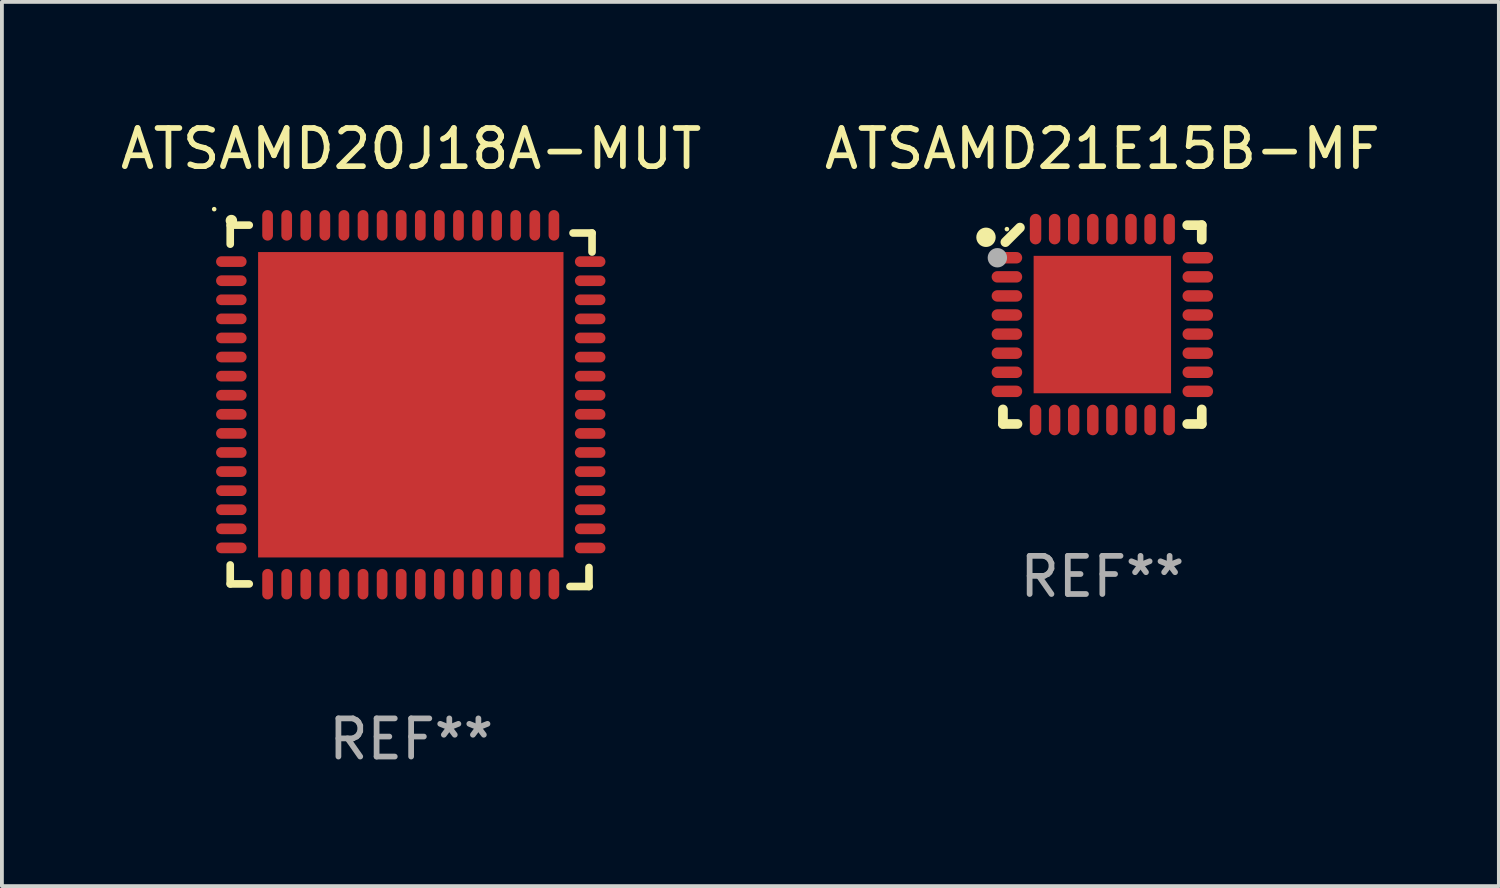
<source format=kicad_pcb>
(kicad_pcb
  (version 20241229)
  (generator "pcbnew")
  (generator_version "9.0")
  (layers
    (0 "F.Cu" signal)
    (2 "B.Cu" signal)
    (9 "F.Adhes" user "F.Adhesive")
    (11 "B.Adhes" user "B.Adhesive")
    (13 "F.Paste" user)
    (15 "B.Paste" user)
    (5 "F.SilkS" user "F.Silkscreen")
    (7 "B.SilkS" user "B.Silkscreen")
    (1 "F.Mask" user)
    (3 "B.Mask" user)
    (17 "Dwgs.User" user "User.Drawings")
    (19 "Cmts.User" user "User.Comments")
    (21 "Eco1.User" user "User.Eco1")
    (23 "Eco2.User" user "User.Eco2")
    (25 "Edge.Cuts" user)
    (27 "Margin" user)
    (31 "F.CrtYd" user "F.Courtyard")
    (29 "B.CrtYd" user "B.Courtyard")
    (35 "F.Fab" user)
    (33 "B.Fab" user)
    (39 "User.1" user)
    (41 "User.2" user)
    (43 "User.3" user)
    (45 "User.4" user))
  (footprint "ATSAMD21E15B-MF"
    (layer "F.Cu")
    (at 25.827 5.452)
    (property "Reference" "ATSAMD21E15B-MF" (at 0 -4.604 0) (layer "F.SilkS") (effects (font (size 1 1) (thickness 0.15))))
    (attr through_hole)
    (fp_line (start -2.604 2.223) (end -2.604 2.604) (stroke (width 0.254) (type solid)) (layer "F.SilkS"))
    (fp_line (start -2.604 2.604) (end -2.223 2.604) (stroke (width 0.254) (type solid)) (layer "F.SilkS"))
    (fp_line (start -2.159 -2.54) (end -2.54 -2.159) (stroke (width 0.254) (type solid)) (layer "F.SilkS"))
    (fp_line (start 2.223 2.604) (end 2.604 2.604) (stroke (width 0.254) (type solid)) (layer "F.SilkS"))
    (fp_line (start 2.604 -2.604) (end 2.223 -2.604) (stroke (width 0.254) (type solid)) (layer "F.SilkS"))
    (fp_line (start 2.604 -2.223) (end 2.604 -2.604) (stroke (width 0.254) (type solid)) (layer "F.SilkS"))
    (fp_line (start 2.604 2.604) (end 2.604 2.223) (stroke (width 0.254) (type solid)) (layer "F.SilkS"))
    (fp_circle (center -3.048 -2.286) (end -2.921 -2.286) (stroke (width 0.254) (type solid)) (fill no) (layer "F.SilkS"))
    (fp_circle (center -2.5 -2.5) (end -2.47 -2.5) (stroke (width 0.06) (type solid)) (fill no) (layer "F.SilkS"))
    (fp_circle (center -2.75 -1.75) (end -2.623 -1.75) (stroke (width 0.254) (type solid)) (fill no) (layer "F.Fab"))
    (fp_text user "REF**" (at 0 6.604 0) (layer "F.Fab") (effects (font (size 1 1) (thickness 0.15))))
    (pad "1" smd oval (at -2.5 -1.75) (size 0.8 0.3) (layers "F.Cu" "F.Mask" "F.Paste"))
    (pad "2" smd oval (at -2.5 -1.25) (size 0.8 0.3) (layers "F.Cu" "F.Mask" "F.Paste"))
    (pad "3" smd oval (at -2.5 -0.75) (size 0.8 0.3) (layers "F.Cu" "F.Mask" "F.Paste"))
    (pad "4" smd oval (at -2.5 -0.25) (size 0.8 0.3) (layers "F.Cu" "F.Mask" "F.Paste"))
    (pad "5" smd oval (at -2.5 0.25) (size 0.8 0.3) (layers "F.Cu" "F.Mask" "F.Paste"))
    (pad "6" smd oval (at -2.5 0.75) (size 0.8 0.3) (layers "F.Cu" "F.Mask" "F.Paste"))
    (pad "7" smd oval (at -2.5 1.25) (size 0.8 0.3) (layers "F.Cu" "F.Mask" "F.Paste"))
    (pad "8" smd oval (at -2.5 1.75) (size 0.8 0.3) (layers "F.Cu" "F.Mask" "F.Paste"))
    (pad "9" smd oval (at -1.75 2.5) (size 0.3 0.8) (layers "F.Cu" "F.Mask" "F.Paste"))
    (pad "10" smd oval (at -1.25 2.5) (size 0.3 0.8) (layers "F.Cu" "F.Mask" "F.Paste"))
    (pad "11" smd oval (at -0.75 2.5) (size 0.3 0.8) (layers "F.Cu" "F.Mask" "F.Paste"))
    (pad "12" smd oval (at -0.25 2.5) (size 0.3 0.8) (layers "F.Cu" "F.Mask" "F.Paste"))
    (pad "13" smd oval (at 0.25 2.5) (size 0.3 0.8) (layers "F.Cu" "F.Mask" "F.Paste"))
    (pad "14" smd oval (at 0.75 2.5) (size 0.3 0.8) (layers "F.Cu" "F.Mask" "F.Paste"))
    (pad "15" smd oval (at 1.25 2.5) (size 0.3 0.8) (layers "F.Cu" "F.Mask" "F.Paste"))
    (pad "16" smd oval (at 1.75 2.5) (size 0.3 0.8) (layers "F.Cu" "F.Mask" "F.Paste"))
    (pad "17" smd oval (at 2.5 1.75) (size 0.8 0.3) (layers "F.Cu" "F.Mask" "F.Paste"))
    (pad "18" smd oval (at 2.5 1.25) (size 0.8 0.3) (layers "F.Cu" "F.Mask" "F.Paste"))
    (pad "19" smd oval (at 2.5 0.75) (size 0.8 0.3) (layers "F.Cu" "F.Mask" "F.Paste"))
    (pad "20" smd oval (at 2.5 0.25) (size 0.8 0.3) (layers "F.Cu" "F.Mask" "F.Paste"))
    (pad "21" smd oval (at 2.5 -0.25) (size 0.8 0.3) (layers "F.Cu" "F.Mask" "F.Paste"))
    (pad "22" smd oval (at 2.5 -0.75) (size 0.8 0.3) (layers "F.Cu" "F.Mask" "F.Paste"))
    (pad "23" smd oval (at 2.5 -1.25) (size 0.8 0.3) (layers "F.Cu" "F.Mask" "F.Paste"))
    (pad "24" smd oval (at 2.5 -1.75) (size 0.8 0.3) (layers "F.Cu" "F.Mask" "F.Paste"))
    (pad "25" smd oval (at 1.75 -2.5) (size 0.3 0.8) (layers "F.Cu" "F.Mask" "F.Paste"))
    (pad "26" smd oval (at 1.25 -2.5) (size 0.3 0.8) (layers "F.Cu" "F.Mask" "F.Paste"))
    (pad "27" smd oval (at 0.75 -2.5) (size 0.3 0.8) (layers "F.Cu" "F.Mask" "F.Paste"))
    (pad "28" smd oval (at 0.25 -2.5) (size 0.3 0.8) (layers "F.Cu" "F.Mask" "F.Paste"))
    (pad "29" smd oval (at -0.25 -2.5) (size 0.3 0.8) (layers "F.Cu" "F.Mask" "F.Paste"))
    (pad "30" smd oval (at -0.75 -2.5) (size 0.3 0.8) (layers "F.Cu" "F.Mask" "F.Paste"))
    (pad "31" smd oval (at -1.25 -2.5) (size 0.3 0.8) (layers "F.Cu" "F.Mask" "F.Paste"))
    (pad "32" smd oval (at -1.75 -2.5) (size 0.3 0.8) (layers "F.Cu" "F.Mask" "F.Paste"))
    (pad "33" smd rect (at -0.000076 0) (size 3.6 3.6) (layers "F.Cu" "F.Mask" "F.Paste")))
  (footprint "ATSAMD20J18A-MUT"
    (layer "F.Cu")
    (at 7.72 7.581)
    (property "Reference" "ATSAMD20J18A-MUT" (at 0 -6.733 0) (layer "F.SilkS") (effects (font (size 1 1) (thickness 0.15))))
    (attr through_hole)
    (fp_line (start -4.739 -4.733) (end -4.241 -4.733) (stroke (width 0.2) (type solid)) (layer "F.SilkS"))
    (fp_line (start -4.739 -4.235) (end -4.739 -4.733) (stroke (width 0.2) (type solid)) (layer "F.SilkS"))
    (fp_line (start -4.739 4.168) (end -4.739 4.665) (stroke (width 0.2) (type solid)) (layer "F.SilkS"))
    (fp_line (start -4.739 4.665) (end -4.241 4.665) (stroke (width 0.2) (type solid)) (layer "F.SilkS"))
    (fp_line (start 4.161 4.733) (end 4.659 4.733) (stroke (width 0.2) (type solid)) (layer "F.SilkS"))
    (fp_line (start 4.241 -4.527) (end 4.739 -4.527) (stroke (width 0.2) (type solid)) (layer "F.SilkS"))
    (fp_line (start 4.659 4.733) (end 4.659 4.235) (stroke (width 0.2) (type solid)) (layer "F.SilkS"))
    (fp_line (start 4.739 -4.527) (end 4.739 -4.029) (stroke (width 0.2) (type solid)) (layer "F.SilkS"))
    (fp_arc (start -4.708623 -4.85108) (mid -4.708628 -4.85235) (end -4.708623 -4.85362) (stroke (width 0.3) (type solid)) (layer "F.SilkS"))
    (fp_circle (center -5.159 -5.152) (end -5.129 -5.152) (stroke (width 0.06) (type solid)) (fill no) (layer "F.SilkS"))
    (fp_text user "REF**" (at 0 8.733 0) (layer "F.Fab") (effects (font (size 1 1) (thickness 0.15))))
    (pad "1" smd oval (at -4.71 -3.778 90) (size 0.28 0.8) (layers "F.Cu" "F.Mask" "F.Paste"))
    (pad "2" smd oval (at -4.71 -3.278 90) (size 0.28 0.8) (layers "F.Cu" "F.Mask" "F.Paste"))
    (pad "3" smd oval (at -4.71 -2.778 90) (size 0.28 0.8) (layers "F.Cu" "F.Mask" "F.Paste"))
    (pad "4" smd oval (at -4.71 -2.278 90) (size 0.28 0.8) (layers "F.Cu" "F.Mask" "F.Paste"))
    (pad "5" smd oval (at -4.71 -1.778 90) (size 0.28 0.8) (layers "F.Cu" "F.Mask" "F.Paste"))
    (pad "6" smd oval (at -4.71 -1.278 90) (size 0.28 0.8) (layers "F.Cu" "F.Mask" "F.Paste"))
    (pad "7" smd oval (at -4.71 -0.778 90) (size 0.28 0.8) (layers "F.Cu" "F.Mask" "F.Paste"))
    (pad "8" smd oval (at -4.71 -0.278 90) (size 0.28 0.8) (layers "F.Cu" "F.Mask" "F.Paste"))
    (pad "9" smd oval (at -4.71 0.222 90) (size 0.28 0.8) (layers "F.Cu" "F.Mask" "F.Paste"))
    (pad "10" smd oval (at -4.71 0.722 90) (size 0.28 0.8) (layers "F.Cu" "F.Mask" "F.Paste"))
    (pad "11" smd oval (at -4.71 1.222 90) (size 0.28 0.8) (layers "F.Cu" "F.Mask" "F.Paste"))
    (pad "12" smd oval (at -4.71 1.722 90) (size 0.28 0.8) (layers "F.Cu" "F.Mask" "F.Paste"))
    (pad "13" smd oval (at -4.71 2.222 90) (size 0.28 0.8) (layers "F.Cu" "F.Mask" "F.Paste"))
    (pad "14" smd oval (at -4.71 2.722 90) (size 0.28 0.8) (layers "F.Cu" "F.Mask" "F.Paste"))
    (pad "15" smd oval (at -4.71 3.222 90) (size 0.28 0.8) (layers "F.Cu" "F.Mask" "F.Paste"))
    (pad "16" smd oval (at -4.71 3.722 90) (size 0.28 0.8) (layers "F.Cu" "F.Mask" "F.Paste"))
    (pad "17" smd oval (at -3.76 4.672 180) (size 0.28 0.8) (layers "F.Cu" "F.Mask" "F.Paste"))
    (pad "18" smd oval (at -3.26 4.672 180) (size 0.28 0.8) (layers "F.Cu" "F.Mask" "F.Paste"))
    (pad "19" smd oval (at -2.76 4.672 180) (size 0.28 0.8) (layers "F.Cu" "F.Mask" "F.Paste"))
    (pad "20" smd oval (at -2.26 4.672 180) (size 0.28 0.8) (layers "F.Cu" "F.Mask" "F.Paste"))
    (pad "21" smd oval (at -1.76 4.672 180) (size 0.28 0.8) (layers "F.Cu" "F.Mask" "F.Paste"))
    (pad "22" smd oval (at -1.26 4.672 180) (size 0.28 0.8) (layers "F.Cu" "F.Mask" "F.Paste"))
    (pad "23" smd oval (at -0.76 4.672 180) (size 0.28 0.8) (layers "F.Cu" "F.Mask" "F.Paste"))
    (pad "24" smd oval (at -0.26 4.672 180) (size 0.28 0.8) (layers "F.Cu" "F.Mask" "F.Paste"))
    (pad "25" smd oval (at 0.24 4.672 180) (size 0.28 0.8) (layers "F.Cu" "F.Mask" "F.Paste"))
    (pad "26" smd oval (at 0.74 4.672 180) (size 0.28 0.8) (layers "F.Cu" "F.Mask" "F.Paste"))
    (pad "27" smd oval (at 1.24 4.672 180) (size 0.28 0.8) (layers "F.Cu" "F.Mask" "F.Paste"))
    (pad "28" smd oval (at 1.74 4.672 180) (size 0.28 0.8) (layers "F.Cu" "F.Mask" "F.Paste"))
    (pad "29" smd oval (at 2.24 4.672 180) (size 0.28 0.8) (layers "F.Cu" "F.Mask" "F.Paste"))
    (pad "30" smd oval (at 2.74 4.672 180) (size 0.28 0.8) (layers "F.Cu" "F.Mask" "F.Paste"))
    (pad "31" smd oval (at 3.24 4.672 180) (size 0.28 0.8) (layers "F.Cu" "F.Mask" "F.Paste"))
    (pad "32" smd oval (at 3.74 4.672 180) (size 0.28 0.8) (layers "F.Cu" "F.Mask" "F.Paste"))
    (pad "33" smd oval (at 4.69 3.723 270) (size 0.28 0.8) (layers "F.Cu" "F.Mask" "F.Paste"))
    (pad "34" smd oval (at 4.69 3.222 270) (size 0.28 0.8) (layers "F.Cu" "F.Mask" "F.Paste"))
    (pad "35" smd oval (at 4.69 2.723 270) (size 0.28 0.8) (layers "F.Cu" "F.Mask" "F.Paste"))
    (pad "36" smd oval (at 4.69 2.222 270) (size 0.28 0.8) (layers "F.Cu" "F.Mask" "F.Paste"))
    (pad "37" smd oval (at 4.69 1.723 270) (size 0.28 0.8) (layers "F.Cu" "F.Mask" "F.Paste"))
    (pad "38" smd oval (at 4.69 1.222 270) (size 0.28 0.8) (layers "F.Cu" "F.Mask" "F.Paste"))
    (pad "39" smd oval (at 4.69 0.723 270) (size 0.28 0.8) (layers "F.Cu" "F.Mask" "F.Paste"))
    (pad "40" smd oval (at 4.69 0.222 270) (size 0.28 0.8) (layers "F.Cu" "F.Mask" "F.Paste"))
    (pad "41" smd oval (at 4.69 -0.277 270) (size 0.28 0.8) (layers "F.Cu" "F.Mask" "F.Paste"))
    (pad "42" smd oval (at 4.69 -0.778 270) (size 0.28 0.8) (layers "F.Cu" "F.Mask" "F.Paste"))
    (pad "43" smd oval (at 4.69 -1.277 270) (size 0.28 0.8) (layers "F.Cu" "F.Mask" "F.Paste"))
    (pad "44" smd oval (at 4.69 -1.778 270) (size 0.28 0.8) (layers "F.Cu" "F.Mask" "F.Paste"))
    (pad "45" smd oval (at 4.69 -2.277 270) (size 0.28 0.8) (layers "F.Cu" "F.Mask" "F.Paste"))
    (pad "46" smd oval (at 4.69 -2.778 270) (size 0.28 0.8) (layers "F.Cu" "F.Mask" "F.Paste"))
    (pad "47" smd oval (at 4.69 -3.277 270) (size 0.28 0.8) (layers "F.Cu" "F.Mask" "F.Paste"))
    (pad "48" smd oval (at 4.69 -3.778 270) (size 0.28 0.8) (layers "F.Cu" "F.Mask" "F.Paste"))
    (pad "49" smd oval (at 3.74 -4.728) (size 0.28 0.8) (layers "F.Cu" "F.Mask" "F.Paste"))
    (pad "50" smd oval (at 3.24 -4.728) (size 0.28 0.8) (layers "F.Cu" "F.Mask" "F.Paste"))
    (pad "51" smd oval (at 2.74 -4.728) (size 0.28 0.8) (layers "F.Cu" "F.Mask" "F.Paste"))
    (pad "52" smd oval (at 2.24 -4.728) (size 0.28 0.8) (layers "F.Cu" "F.Mask" "F.Paste"))
    (pad "53" smd oval (at 1.74 -4.728) (size 0.28 0.8) (layers "F.Cu" "F.Mask" "F.Paste"))
    (pad "54" smd oval (at 1.24 -4.728) (size 0.28 0.8) (layers "F.Cu" "F.Mask" "F.Paste"))
    (pad "55" smd oval (at 0.74 -4.728) (size 0.28 0.8) (layers "F.Cu" "F.Mask" "F.Paste"))
    (pad "56" smd oval (at 0.24 -4.728) (size 0.28 0.8) (layers "F.Cu" "F.Mask" "F.Paste"))
    (pad "57" smd oval (at -0.26 -4.728) (size 0.28 0.8) (layers "F.Cu" "F.Mask" "F.Paste"))
    (pad "58" smd oval (at -0.76 -4.728) (size 0.28 0.8) (layers "F.Cu" "F.Mask" "F.Paste"))
    (pad "59" smd oval (at -1.26 -4.728) (size 0.28 0.8) (layers "F.Cu" "F.Mask" "F.Paste"))
    (pad "60" smd oval (at -1.76 -4.728) (size 0.28 0.8) (layers "F.Cu" "F.Mask" "F.Paste"))
    (pad "61" smd oval (at -2.26 -4.728) (size 0.28 0.8) (layers "F.Cu" "F.Mask" "F.Paste"))
    (pad "62" smd oval (at -2.76 -4.728) (size 0.28 0.8) (layers "F.Cu" "F.Mask" "F.Paste"))
    (pad "63" smd oval (at -3.26 -4.728) (size 0.28 0.8) (layers "F.Cu" "F.Mask" "F.Paste"))
    (pad "64" smd oval (at -3.76 -4.728) (size 0.28 0.8) (layers "F.Cu" "F.Mask" "F.Paste"))
    (pad "65" smd rect (at -0.009 -0.028 90) (size 8 8) (layers "F.Cu" "F.Mask" "F.Paste")))
  (gr_rect
    (start -3 -3)
    (end 36.214 20.162)
    (stroke (width 0.1) (type default))
    (fill no)
    (layer "Edge.Cuts")))
</source>
